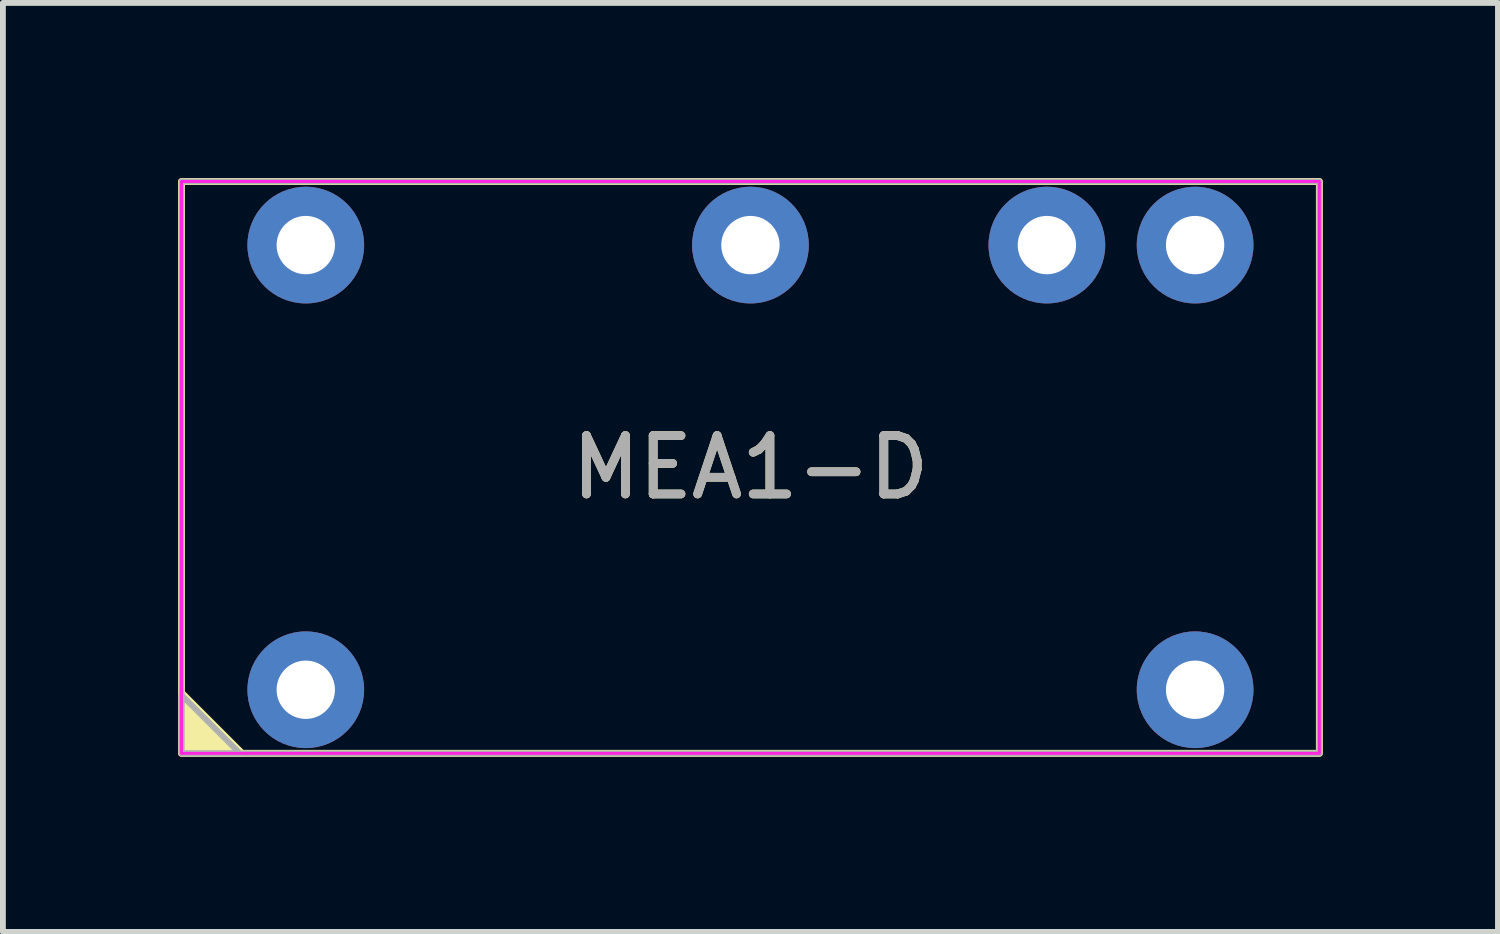
<source format=kicad_pcb>
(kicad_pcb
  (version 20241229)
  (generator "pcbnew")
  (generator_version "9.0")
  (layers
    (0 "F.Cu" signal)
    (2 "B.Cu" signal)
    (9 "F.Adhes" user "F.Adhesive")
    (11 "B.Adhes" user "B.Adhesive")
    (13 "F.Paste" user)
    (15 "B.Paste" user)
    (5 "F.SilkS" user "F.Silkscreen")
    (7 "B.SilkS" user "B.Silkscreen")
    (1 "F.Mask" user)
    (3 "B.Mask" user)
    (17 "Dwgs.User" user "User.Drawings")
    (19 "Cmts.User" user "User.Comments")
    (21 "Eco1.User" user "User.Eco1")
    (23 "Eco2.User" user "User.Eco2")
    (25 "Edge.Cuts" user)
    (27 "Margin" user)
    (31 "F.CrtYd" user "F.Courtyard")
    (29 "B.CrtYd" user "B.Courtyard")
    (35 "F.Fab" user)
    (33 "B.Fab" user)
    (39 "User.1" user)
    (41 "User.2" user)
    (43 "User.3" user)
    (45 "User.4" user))
  (footprint "MEA1-D"
    (layer "F.Cu")
    (at 9.81 4.96)
    (property "Reference" "MEA1-D" (at 0 0 0) (unlocked yes) (layer "F.SilkS") (effects (font (size 1 1) (thickness 0.15))))
    (attr through_hole)
    (fp_rect (start 9.75 4.9) (end -9.75 -4.9) (stroke (width 0.12) (type solid)) (fill no) (layer "F.SilkS"))
    (fp_poly (pts (xy -8.7 4.9) (xy -9.75 4.9) (xy -9.75 3.85)) (stroke (width 0.1) (type solid)) (fill yes) (layer "F.SilkS"))
    (fp_rect (start -9.75 -4.9) (end 9.75 4.9) (stroke (width 0.05) (type solid)) (fill no) (layer "F.CrtYd"))
    (fp_rect (start -9.75 -4.9) (end 9.75 4.9) (stroke (width 0.1) (type solid)) (fill no) (layer "F.Fab"))
    (fp_poly (pts (xy -8.75 4.9) (xy -9.75 4.9) (xy -9.75 3.9)) (stroke (width 0.1) (type solid)) (fill no) (layer "F.Fab"))
    (fp_text user "${REFERENCE}" (at 0 0 0) (unlocked yes) (layer "F.Fab") (effects (font (size 1 1) (thickness 0.15))))
    (pad "1" thru_hole circle (at -7.62 3.81) (size 2 2) (drill 1) (layers "*.Cu" "*.Mask"))
    (pad "7" thru_hole circle (at 7.62 3.81) (size 2 2) (drill 1) (layers "*.Cu" "*.Mask"))
    (pad "8" thru_hole circle (at 7.62 -3.81) (size 2 2) (drill 1) (layers "*.Cu" "*.Mask"))
    (pad "9" thru_hole circle (at 5.08 -3.81) (size 2 2) (drill 1) (layers "*.Cu" "*.Mask"))
    (pad "11" thru_hole circle (at 0 -3.81) (size 2 2) (drill 1) (layers "*.Cu" "*.Mask"))
    (pad "14" thru_hole circle (at -7.62 -3.81) (size 2 2) (drill 1) (layers "*.Cu" "*.Mask")))
  (gr_rect
    (start -3 -3)
    (end 22.62 12.92)
    (stroke (width 0.1) (type default))
    (fill no)
    (layer "Edge.Cuts")))
</source>
